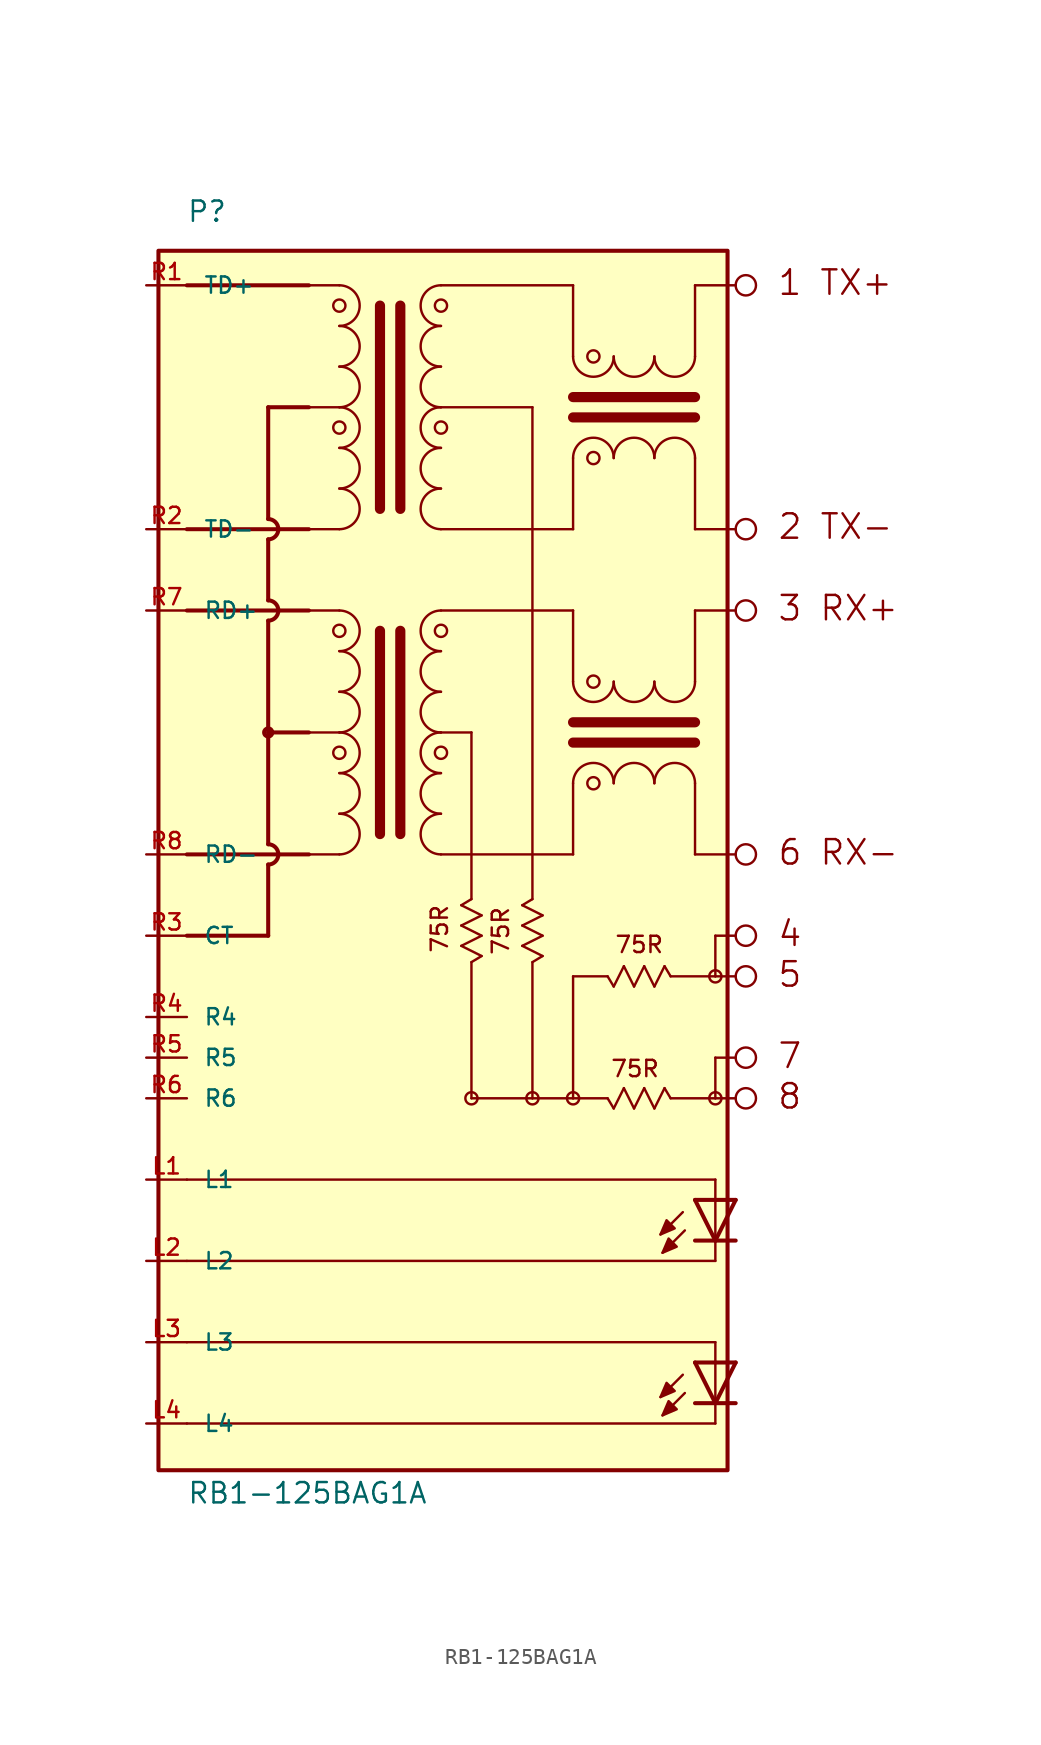
<source format=kicad_sym>
(kicad_symbol_lib
  (version 20211014)
  (generator kicad_symbol_editor)
  (symbol "RB1-125BAG1A"
    (pin_names
      (offset 1.016))
    (property "Reference" "P"
      (at -17.805 39.426 0)
      (effects (font (size 1.27 1.27)) (justify bottom left)))
    (property "Value" "RB1-125BAG1A"
      (at -17.785 -40.652 0)
      (effects (font (size 1.27 1.27)) (justify bottom left)))
    (symbol "RB1-125BAG1A_0_0"
      (polyline (pts (xy 16.51 -21.59) (xy 15.24 -24.13)) (stroke (width 0.254)))
      (polyline (pts (xy 15.24 -24.13) (xy 13.97 -21.59)) (stroke (width 0.254)))
      (polyline (pts (xy 16.51 -24.13) (xy 15.24 -24.13)) (stroke (width 0.254)))
      (polyline (pts (xy 15.24 -24.13) (xy 13.97 -24.13)) (stroke (width 0.254)))
      (polyline (pts (xy 16.51 -21.59) (xy 15.24 -21.59)) (stroke (width 0.254)))
      (polyline (pts (xy 15.24 -21.59) (xy 13.97 -21.59)) (stroke (width 0.254)))
      (polyline (pts (xy 15.24 -21.59) (xy 15.24 -24.13)) (stroke (width 0.152)))
      (polyline (pts (xy 13.208 -22.352) (xy 11.811 -23.749)) (stroke (width 0.152)))
      (polyline (pts (xy 13.335 -23.495) (xy 11.938 -24.892)) (stroke (width 0.152)))
      (polyline (pts (xy 15.24 -25.4) (xy 15.24 -24.13)) (stroke (width 0.152)))
      (polyline (pts (xy -17.78 -20.32) (xy 15.24 -20.32)) (stroke (width 0.152)))
      (polyline (pts (xy 15.24 -20.32) (xy 15.24 -21.59)) (stroke (width 0.152)))
      (polyline (pts (xy -17.78 -25.4) (xy 15.24 -25.4)) (stroke (width 0.152)))
      (polyline (pts (xy 16.51 -31.75) (xy 15.24 -34.29)) (stroke (width 0.254)))
      (polyline (pts (xy 15.24 -34.29) (xy 13.97 -31.75)) (stroke (width 0.254)))
      (polyline (pts (xy 16.51 -34.29) (xy 15.24 -34.29)) (stroke (width 0.254)))
      (polyline (pts (xy 15.24 -34.29) (xy 13.97 -34.29)) (stroke (width 0.254)))
      (polyline (pts (xy 16.51 -31.75) (xy 15.24 -31.75)) (stroke (width 0.254)))
      (polyline (pts (xy 15.24 -31.75) (xy 13.97 -31.75)) (stroke (width 0.254)))
      (polyline (pts (xy 15.24 -31.75) (xy 15.24 -34.29)) (stroke (width 0.152)))
      (polyline (pts (xy 13.208 -32.512) (xy 11.811 -33.909)) (stroke (width 0.152)))
      (polyline (pts (xy 13.335 -33.655) (xy 11.938 -35.052)) (stroke (width 0.152)))
      (polyline (pts (xy 15.24 -35.56) (xy 15.24 -34.29)) (stroke (width 0.152)))
      (polyline (pts (xy -17.78 -30.48) (xy 15.24 -30.48)) (stroke (width 0.152)))
      (polyline (pts (xy 15.24 -30.48) (xy 15.24 -31.75)) (stroke (width 0.152)))
      (polyline (pts (xy -17.78 -35.56) (xy 15.24 -35.56)) (stroke (width 0.152)))
      (polyline (pts (xy -10.16 20.32) (xy -8.255 20.32)) (stroke (width 0.152)))
      (polyline (pts (xy -10.16 27.94) (xy -8.255 27.94)) (stroke (width 0.152)))
      (polyline (pts (xy -10.16 35.56) (xy -8.255 35.56)) (stroke (width 0.152)))
      (arc (start -8.255 30.48) (mid -6.985 29.21) (end -8.255 27.94) (stroke (width 0.1524) (type default) (color 0 0 0 0)) (fill (type none)))
      (arc (start -8.255 33.02) (mid -6.985 31.75) (end -8.255 30.48) (stroke (width 0.1524) (type default) (color 0 0 0 0)) (fill (type none)))
      (arc (start -8.255 35.56) (mid -6.985 34.29) (end -8.255 33.02) (stroke (width 0.1524) (type default) (color 0 0 0 0)) (fill (type none)))
      (arc (start -8.255 27.94) (mid -6.985 26.67) (end -8.255 25.4) (stroke (width 0.1524) (type default) (color 0 0 0 0)) (fill (type none)))
      (arc (start -8.255 25.4) (mid -6.985 24.13) (end -8.255 22.86) (stroke (width 0.1524) (type default) (color 0 0 0 0)) (fill (type none)))
      (arc (start -8.255 22.86) (mid -6.985 21.59) (end -8.255 20.32) (stroke (width 0.1524) (type default) (color 0 0 0 0)) (fill (type none)))
      (polyline (pts (xy -5.715 34.29) (xy -5.715 21.59)) (stroke (width 0.635)))
      (polyline (pts (xy -4.445 34.29) (xy -4.445 21.59)) (stroke (width 0.635)))
      (arc (start -1.905 30.48) (mid -3.175 29.21) (end -1.905 27.94) (stroke (width 0.1524) (type default) (color 0 0 0 0)) (fill (type none)))
      (arc (start -1.905 33.02) (mid -3.175 31.75) (end -1.905 30.48) (stroke (width 0.1524) (type default) (color 0 0 0 0)) (fill (type none)))
      (arc (start -1.905 35.56) (mid -3.175 34.29) (end -1.905 33.02) (stroke (width 0.1524) (type default) (color 0 0 0 0)) (fill (type none)))
      (arc (start -1.905 27.94) (mid -3.175 26.67) (end -1.905 25.4) (stroke (width 0.1524) (type default) (color 0 0 0 0)) (fill (type none)))
      (arc (start -1.905 25.4) (mid -3.175 24.13) (end -1.905 22.86) (stroke (width 0.1524) (type default) (color 0 0 0 0)) (fill (type none)))
      (arc (start -1.905 22.86) (mid -3.175 21.59) (end -1.905 20.32) (stroke (width 0.1524) (type default) (color 0 0 0 0)) (fill (type none)))
      (arc (start 11.43 24.765) (mid 12.7 26.035) (end 13.97 24.765) (stroke (width 0.1524) (type default) (color 0 0 0 0)) (fill (type none)))
      (arc (start 8.89 24.765) (mid 10.16 26.035) (end 11.43 24.765) (stroke (width 0.1524) (type default) (color 0 0 0 0)) (fill (type none)))
      (arc (start 6.35 24.765) (mid 7.62 26.035) (end 8.89 24.765) (stroke (width 0.1524) (type default) (color 0 0 0 0)) (fill (type none)))
      (arc (start 11.43 31.115) (mid 12.7 29.845) (end 13.97 31.115) (stroke (width 0.1524) (type default) (color 0 0 0 0)) (fill (type none)))
      (arc (start 8.89 31.115) (mid 10.16 29.845) (end 11.43 31.115) (stroke (width 0.1524) (type default) (color 0 0 0 0)) (fill (type none)))
      (arc (start 6.35 31.115) (mid 7.62 29.845) (end 8.89 31.115) (stroke (width 0.1524) (type default) (color 0 0 0 0)) (fill (type none)))
      (polyline (pts (xy -1.905 35.56) (xy 6.35 35.56)) (stroke (width 0.152)))
      (polyline (pts (xy 6.35 35.56) (xy 6.35 31.115)) (stroke (width 0.152)))
      (polyline (pts (xy 6.35 20.32) (xy -1.905 20.32)) (stroke (width 0.152)))
      (polyline (pts (xy 6.35 20.32) (xy 6.35 24.765)) (stroke (width 0.152)))
      (polyline (pts (xy 13.97 31.115) (xy 13.97 35.56)) (stroke (width 0.152)))
      (polyline (pts (xy 13.97 35.56) (xy 16.51 35.56)) (stroke (width 0.152)))
      (polyline (pts (xy 13.97 24.765) (xy 13.97 20.32)) (stroke (width 0.152)))
      (polyline (pts (xy 13.97 20.32) (xy 16.51 20.32)) (stroke (width 0.152)))
      (polyline (pts (xy 6.35 27.305) (xy 13.97 27.305)) (stroke (width 0.635)))
      (polyline (pts (xy 6.35 28.575) (xy 13.97 28.575)) (stroke (width 0.635)))
      (polyline (pts (xy -10.16 0.0) (xy -8.255 0.0)) (stroke (width 0.152)))
      (polyline (pts (xy -10.16 7.62) (xy -8.255 7.62)) (stroke (width 0.152)))
      (polyline (pts (xy -10.16 15.24) (xy -8.255 15.24)) (stroke (width 0.152)))
      (arc (start -8.255 10.16) (mid -6.985 8.89) (end -8.255 7.62) (stroke (width 0.1524) (type default) (color 0 0 0 0)) (fill (type none)))
      (arc (start -8.255 12.7) (mid -6.985 11.43) (end -8.255 10.16) (stroke (width 0.1524) (type default) (color 0 0 0 0)) (fill (type none)))
      (arc (start -8.255 15.24) (mid -6.985 13.97) (end -8.255 12.7) (stroke (width 0.1524) (type default) (color 0 0 0 0)) (fill (type none)))
      (arc (start -8.255 7.62) (mid -6.985 6.35) (end -8.255 5.08) (stroke (width 0.1524) (type default) (color 0 0 0 0)) (fill (type none)))
      (arc (start -8.255 5.08) (mid -6.985 3.81) (end -8.255 2.54) (stroke (width 0.1524) (type default) (color 0 0 0 0)) (fill (type none)))
      (arc (start -8.255 2.54) (mid -6.985 1.27) (end -8.255 0.0) (stroke (width 0.1524) (type default) (color 0 0 0 0)) (fill (type none)))
      (polyline (pts (xy -5.715 13.97) (xy -5.715 1.27)) (stroke (width 0.635)))
      (polyline (pts (xy -4.445 13.97) (xy -4.445 1.27)) (stroke (width 0.635)))
      (arc (start -1.905 10.16) (mid -3.175 8.89) (end -1.905 7.62) (stroke (width 0.1524) (type default) (color 0 0 0 0)) (fill (type none)))
      (arc (start -1.905 12.7) (mid -3.175 11.43) (end -1.905 10.16) (stroke (width 0.1524) (type default) (color 0 0 0 0)) (fill (type none)))
      (arc (start -1.905 15.24) (mid -3.175 13.97) (end -1.905 12.7) (stroke (width 0.1524) (type default) (color 0 0 0 0)) (fill (type none)))
      (arc (start -1.905 7.62) (mid -3.175 6.35) (end -1.905 5.08) (stroke (width 0.1524) (type default) (color 0 0 0 0)) (fill (type none)))
      (arc (start -1.905 5.08) (mid -3.175 3.81) (end -1.905 2.54) (stroke (width 0.1524) (type default) (color 0 0 0 0)) (fill (type none)))
      (arc (start -1.905 2.54) (mid -3.175 1.27) (end -1.905 0.0) (stroke (width 0.1524) (type default) (color 0 0 0 0)) (fill (type none)))
      (arc (start 11.43 4.445) (mid 12.7 5.715) (end 13.97 4.445) (stroke (width 0.1524) (type default) (color 0 0 0 0)) (fill (type none)))
      (arc (start 8.89 4.445) (mid 10.16 5.715) (end 11.43 4.445) (stroke (width 0.1524) (type default) (color 0 0 0 0)) (fill (type none)))
      (arc (start 6.35 4.445) (mid 7.62 5.715) (end 8.89 4.445) (stroke (width 0.1524) (type default) (color 0 0 0 0)) (fill (type none)))
      (arc (start 11.43 10.795) (mid 12.7 9.525) (end 13.97 10.795) (stroke (width 0.1524) (type default) (color 0 0 0 0)) (fill (type none)))
      (arc (start 8.89 10.795) (mid 10.16 9.525) (end 11.43 10.795) (stroke (width 0.1524) (type default) (color 0 0 0 0)) (fill (type none)))
      (arc (start 6.35 10.795) (mid 7.62 9.525) (end 8.89 10.795) (stroke (width 0.1524) (type default) (color 0 0 0 0)) (fill (type none)))
      (polyline (pts (xy -1.905 15.24) (xy 6.35 15.24)) (stroke (width 0.152)))
      (polyline (pts (xy 6.35 15.24) (xy 6.35 10.795)) (stroke (width 0.152)))
      (polyline (pts (xy 6.35 0.0) (xy -1.905 0.0)) (stroke (width 0.152)))
      (polyline (pts (xy 6.35 0.0) (xy 6.35 4.445)) (stroke (width 0.152)))
      (polyline (pts (xy 13.97 10.795) (xy 13.97 15.24)) (stroke (width 0.152)))
      (polyline (pts (xy 13.97 15.24) (xy 16.51 15.24)) (stroke (width 0.152)))
      (polyline (pts (xy 13.97 4.445) (xy 13.97 0.0)) (stroke (width 0.152)))
      (polyline (pts (xy 13.97 0.0) (xy 16.51 0.0)) (stroke (width 0.152)))
      (polyline (pts (xy 6.35 6.985) (xy 13.97 6.985)) (stroke (width 0.635)))
      (polyline (pts (xy 6.35 8.255) (xy 13.97 8.255)) (stroke (width 0.635)))
      (polyline (pts (xy 16.51 -5.08) (xy 15.24 -5.08)) (stroke (width 0.152)))
      (polyline (pts (xy 15.24 -5.08) (xy 15.24 -7.62)) (stroke (width 0.152)))
      (polyline (pts (xy 15.24 -7.62) (xy 16.51 -7.62)) (stroke (width 0.152)))
      (polyline (pts (xy 16.51 -12.7) (xy 15.24 -12.7)) (stroke (width 0.152)))
      (polyline (pts (xy 15.24 -12.7) (xy 15.24 -15.24)) (stroke (width 0.152)))
      (polyline (pts (xy 15.24 -15.24) (xy 16.51 -15.24)) (stroke (width 0.152)))
      (polyline (pts (xy 15.24 -7.62) (xy 12.446 -7.62)) (stroke (width 0.152)))
      (polyline (pts (xy 12.446 -15.24) (xy 15.24 -15.24)) (stroke (width 0.152)))
      (polyline (pts (xy -1.905 27.94) (xy 3.81 27.94)) (stroke (width 0.152)))
      (polyline (pts (xy 3.81 27.94) (xy 3.81 -2.794)) (stroke (width 0.152)))
      (polyline (pts (xy -1.905 7.62) (xy 0.0 7.62)) (stroke (width 0.152)))
      (polyline (pts (xy 0.0 7.62) (xy 0.0 -2.794)) (stroke (width 0.152)))
      (polyline (pts (xy 0.0 -2.794) (xy -0.635 -3.175)) (stroke (width 0.152)))
      (polyline (pts (xy -0.635 -3.175) (xy 0.635 -3.81)) (stroke (width 0.152)))
      (polyline (pts (xy 0.635 -3.81) (xy -0.635 -4.445)) (stroke (width 0.152)))
      (polyline (pts (xy -0.635 -4.445) (xy 0.635 -5.08)) (stroke (width 0.152)))
      (polyline (pts (xy 0.635 -5.08) (xy -0.635 -5.715)) (stroke (width 0.152)))
      (polyline (pts (xy -0.635 -5.715) (xy 0.635 -6.35)) (stroke (width 0.152)))
      (polyline (pts (xy 0.635 -6.35) (xy 0.0 -6.731)) (stroke (width 0.152)))
      (polyline (pts (xy 3.81 -2.794) (xy 3.175 -3.175)) (stroke (width 0.152)))
      (polyline (pts (xy 3.175 -3.175) (xy 4.445 -3.81)) (stroke (width 0.152)))
      (polyline (pts (xy 4.445 -3.81) (xy 3.175 -4.445)) (stroke (width 0.152)))
      (polyline (pts (xy 3.175 -4.445) (xy 4.445 -5.08)) (stroke (width 0.152)))
      (polyline (pts (xy 4.445 -5.08) (xy 3.175 -5.715)) (stroke (width 0.152)))
      (polyline (pts (xy 3.175 -5.715) (xy 4.445 -6.35)) (stroke (width 0.152)))
      (polyline (pts (xy 4.445 -6.35) (xy 3.81 -6.731)) (stroke (width 0.152)))
      (polyline (pts (xy 8.509 -7.62) (xy 8.89 -8.255)) (stroke (width 0.152)))
      (polyline (pts (xy 8.89 -8.255) (xy 9.525 -6.985)) (stroke (width 0.152)))
      (polyline (pts (xy 9.525 -6.985) (xy 10.16 -8.255)) (stroke (width 0.152)))
      (polyline (pts (xy 10.16 -8.255) (xy 10.795 -6.985)) (stroke (width 0.152)))
      (polyline (pts (xy 10.795 -6.985) (xy 11.43 -8.255)) (stroke (width 0.152)))
      (polyline (pts (xy 11.43 -8.255) (xy 12.065 -6.985)) (stroke (width 0.152)))
      (polyline (pts (xy 12.065 -6.985) (xy 12.446 -7.62)) (stroke (width 0.152)))
      (polyline (pts (xy 8.509 -15.24) (xy 8.89 -15.875)) (stroke (width 0.152)))
      (polyline (pts (xy 8.89 -15.875) (xy 9.525 -14.605)) (stroke (width 0.152)))
      (polyline (pts (xy 9.525 -14.605) (xy 10.16 -15.875)) (stroke (width 0.152)))
      (polyline (pts (xy 10.16 -15.875) (xy 10.795 -14.605)) (stroke (width 0.152)))
      (polyline (pts (xy 10.795 -14.605) (xy 11.43 -15.875)) (stroke (width 0.152)))
      (polyline (pts (xy 11.43 -15.875) (xy 12.065 -14.605)) (stroke (width 0.152)))
      (polyline (pts (xy 12.065 -14.605) (xy 12.446 -15.24)) (stroke (width 0.152)))
      (polyline (pts (xy 0.0 -15.24) (xy 3.81 -15.24)) (stroke (width 0.152)))
      (polyline (pts (xy 3.81 -15.24) (xy 6.35 -15.24)) (stroke (width 0.152)))
      (polyline (pts (xy 6.35 -15.24) (xy 8.509 -15.24)) (stroke (width 0.152)))
      (polyline (pts (xy 8.509 -7.62) (xy 6.35 -7.62)) (stroke (width 0.152)))
      (polyline (pts (xy 6.35 -7.62) (xy 6.35 -15.24)) (stroke (width 0.152)))
      (polyline (pts (xy 3.81 -6.731) (xy 3.81 -15.24)) (stroke (width 0.152)))
      (polyline (pts (xy 0.0 -6.731) (xy 0.0 -15.24)) (stroke (width 0.152)))
      (circle (center -8.255 34.29) (radius 0.381) (stroke (width 0.0)) (fill (type none)))
      (circle (center -8.255 26.67) (radius 0.381) (stroke (width 0.0)) (fill (type none)))
      (circle (center -1.905 34.29) (radius 0.381) (stroke (width 0.0)) (fill (type none)))
      (circle (center -1.905 26.67) (radius 0.381) (stroke (width 0.0)) (fill (type none)))
      (circle (center 7.62 24.765) (radius 0.381) (stroke (width 0.0)) (fill (type none)))
      (circle (center 7.62 31.115) (radius 0.381) (stroke (width 0.0)) (fill (type none)))
      (circle (center -8.255 13.97) (radius 0.381) (stroke (width 0.0)) (fill (type none)))
      (circle (center -8.255 6.35) (radius 0.381) (stroke (width 0.0)) (fill (type none)))
      (circle (center -1.905 13.97) (radius 0.381) (stroke (width 0.0)) (fill (type none)))
      (circle (center -1.905 6.35) (radius 0.381) (stroke (width 0.0)) (fill (type none)))
      (circle (center 7.62 4.445) (radius 0.381) (stroke (width 0.0)) (fill (type none)))
      (circle (center 7.62 10.795) (radius 0.381) (stroke (width 0.0)) (fill (type none)))
      (circle (center 17.145 35.56) (radius 0.635) (stroke (width 0.152)) (fill (type none)))
      (circle (center 17.145 20.32) (radius 0.635) (stroke (width 0.152)) (fill (type none)))
      (circle (center 17.145 15.24) (radius 0.635) (stroke (width 0.152)) (fill (type none)))
      (circle (center 17.145 0.0) (radius 0.635) (stroke (width 0.152)) (fill (type none)))
      (circle (center 17.145 -5.08) (radius 0.635) (stroke (width 0.152)) (fill (type none)))
      (circle (center 17.145 -7.62) (radius 0.635) (stroke (width 0.152)) (fill (type none)))
      (circle (center 17.145 -12.7) (radius 0.635) (stroke (width 0.152)) (fill (type none)))
      (circle (center 17.145 -15.24) (radius 0.635) (stroke (width 0.152)) (fill (type none)))
      (circle (center 0.0 -15.24) (radius 0.381) (stroke (width 0.0)) (fill (type none)))
      (circle (center 3.81 -15.24) (radius 0.381) (stroke (width 0.0)) (fill (type none)))
      (circle (center 6.35 -15.24) (radius 0.381) (stroke (width 0.0)) (fill (type none)))
      (circle (center 15.24 -15.24) (radius 0.381) (stroke (width 0.0)) (fill (type none)))
      (circle (center 15.24 -7.62) (radius 0.381) (stroke (width 0.0)) (fill (type none)))
      (text "1 TX+" (at 19.071 34.837 0) (effects (font (size 1.526 1.526)) (justify bottom left)))
      (text "2 TX-" (at 19.085 19.594 0) (effects (font (size 1.527 1.527)) (justify bottom left)))
      (text "3 RX+" (at 19.072 14.495 0) (effects (font (size 1.526 1.526)) (justify bottom left)))
      (text "6 RX-" (at 19.079 -0.763 0) (effects (font (size 1.526 1.526)) (justify bottom left)))
      (text "4" (at 19.071 -5.849 0) (effects (font (size 1.526 1.526)) (justify bottom left)))
      (text "5" (at 19.072 -8.392 0) (effects (font (size 1.526 1.526)) (justify bottom left)))
      (text "7" (at 19.069 -13.475 0) (effects (font (size 1.525 1.525)) (justify bottom left)))
      (text "8" (at 19.056 -16.007 0) (effects (font (size 1.524 1.524)) (justify bottom left)))
      (text "75R" (at -1.398 -6.227 900) (effects (font (size 1.017 1.017)) (justify bottom left)))
      (text "75R" (at 2.418 -6.362 900) (effects (font (size 1.018 1.018)) (justify bottom left)))
      (text "75R" (at 8.906 -6.234 0) (effects (font (size 1.018 1.018)) (justify bottom left)))
      (text "75R" (at 8.646 -13.987 0) (effects (font (size 1.017 1.017)) (justify bottom left)))
      (polyline (pts (xy 11.811 -23.749) (xy 12.192 -22.86) (xy 12.7 -23.368) (xy 11.811 -23.749)) (stroke (width 0.152)) (fill (type outline)))
      (polyline (pts (xy 11.938 -24.892) (xy 12.319 -24.003) (xy 12.827 -24.511) (xy 11.938 -24.892)) (stroke (width 0.152)) (fill (type outline)))
      (polyline (pts (xy 11.811 -33.909) (xy 12.192 -33.02) (xy 12.7 -33.528) (xy 11.811 -33.909)) (stroke (width 0.152)) (fill (type outline)))
      (polyline (pts (xy 11.938 -35.052) (xy 12.319 -34.163) (xy 12.827 -34.671) (xy 11.938 -35.052)) (stroke (width 0.152)) (fill (type outline)))
      (polyline (pts (xy -10.16 27.94) (xy -12.7 27.94)) (stroke (width 0.254)))
      (polyline (pts (xy -10.16 7.62) (xy -12.7 7.62)) (stroke (width 0.254)))
      (circle (center -12.7 7.62) (radius 0.254) (stroke (width 0.254)) (fill (type none)))
      (polyline (pts (xy -17.78 35.56) (xy -10.16 35.56)) (stroke (width 0.254)))
      (polyline (pts (xy -17.78 20.32) (xy -12.065 20.32)) (stroke (width 0.254)))
      (polyline (pts (xy -12.065 20.32) (xy -10.16 20.32)) (stroke (width 0.254)))
      (polyline (pts (xy -17.78 15.24) (xy -12.065 15.24)) (stroke (width 0.254)))
      (polyline (pts (xy -12.065 15.24) (xy -10.16 15.24)) (stroke (width 0.254)))
      (polyline (pts (xy -17.78 0.0) (xy -12.065 0.0)) (stroke (width 0.254)))
      (polyline (pts (xy -12.065 0.0) (xy -10.16 0.0)) (stroke (width 0.254)))
      (polyline (pts (xy -12.7 27.94) (xy -12.7 20.955)) (stroke (width 0.254)))
      (arc (start -12.065 20.32) (mid -12.251 20.769) (end -12.7 20.955) (stroke (width 0.254) (type default) (color 0 0 0 0)) (fill (type none)))
      (arc (start -12.7 19.685) (mid -12.251 19.871) (end -12.065 20.32) (stroke (width 0.254) (type default) (color 0 0 0 0)) (fill (type none)))
      (polyline (pts (xy -12.7 19.685) (xy -12.7 15.875)) (stroke (width 0.254)))
      (arc (start -12.065 15.24) (mid -12.251 15.689) (end -12.7 15.875) (stroke (width 0.254) (type default) (color 0 0 0 0)) (fill (type none)))
      (arc (start -12.7 14.605) (mid -12.251 14.791) (end -12.065 15.24) (stroke (width 0.254) (type default) (color 0 0 0 0)) (fill (type none)))
      (polyline (pts (xy -12.7 14.605) (xy -12.7 0.635)) (stroke (width 0.254)))
      (arc (start -12.065 0.0) (mid -12.251 0.449) (end -12.7 0.635) (stroke (width 0.254) (type default) (color 0 0 0 0)) (fill (type none)))
      (arc (start -12.7 -0.635) (mid -12.251 -0.449) (end -12.065 0.0) (stroke (width 0.254) (type default) (color 0 0 0 0)) (fill (type none)))
      (polyline (pts (xy -12.7 -0.635) (xy -12.7 -5.08)) (stroke (width 0.254)))
      (polyline (pts (xy -12.7 -5.08) (xy -17.78 -5.08)) (stroke (width 0.254)))
      (rectangle (start -19.558 -38.481) (end 16.002 37.719) (stroke (width 0.254)) (fill (type background)))
      (pin passive line (at -20.32 -25.4 0) (length 2.54) (name "L2" (effects (font (size 1.016 1.016)))) (number "L2" (effects (font (size 1.016 1.016)))))
      (pin passive line (at -20.32 -20.32 0) (length 2.54) (name "L1" (effects (font (size 1.016 1.016)))) (number "L1" (effects (font (size 1.016 1.016)))))
      (pin passive line (at -20.32 -35.56 0) (length 2.54) (name "L4" (effects (font (size 1.016 1.016)))) (number "L4" (effects (font (size 1.016 1.016)))))
      (pin passive line (at -20.32 -30.48 0) (length 2.54) (name "L3" (effects (font (size 1.016 1.016)))) (number "L3" (effects (font (size 1.016 1.016)))))
      (pin input line (at -20.32 35.56 0) (length 2.54) (name "TD+" (effects (font (size 1.016 1.016)))) (number "R1" (effects (font (size 1.016 1.016)))))
      (pin input line (at -20.32 20.32 0) (length 2.54) (name "TD-" (effects (font (size 1.016 1.016)))) (number "R2" (effects (font (size 1.016 1.016)))))
      (pin input line (at -20.32 15.24 0) (length 2.54) (name "RD+" (effects (font (size 1.016 1.016)))) (number "R7" (effects (font (size 1.016 1.016)))))
      (pin input line (at -20.32 0.0 0) (length 2.54) (name "RD-" (effects (font (size 1.016 1.016)))) (number "R8" (effects (font (size 1.016 1.016)))))
      (pin input line (at -20.32 -10.16 0) (length 2.54) (name "R4" (effects (font (size 1.016 1.016)))) (number "R4" (effects (font (size 1.016 1.016)))))
      (pin input line (at -20.32 -15.24 0) (length 2.54) (name "R6" (effects (font (size 1.016 1.016)))) (number "R6" (effects (font (size 1.016 1.016)))))
      (pin input line (at -20.32 -5.08 0) (length 2.54) (name "CT" (effects (font (size 1.016 1.016)))) (number "R3" (effects (font (size 1.016 1.016)))))
      (pin input line (at -20.32 -12.7 0) (length 2.54) (name "R5" (effects (font (size 1.016 1.016)))) (number "R5" (effects (font (size 1.016 1.016))))))))
</source>
